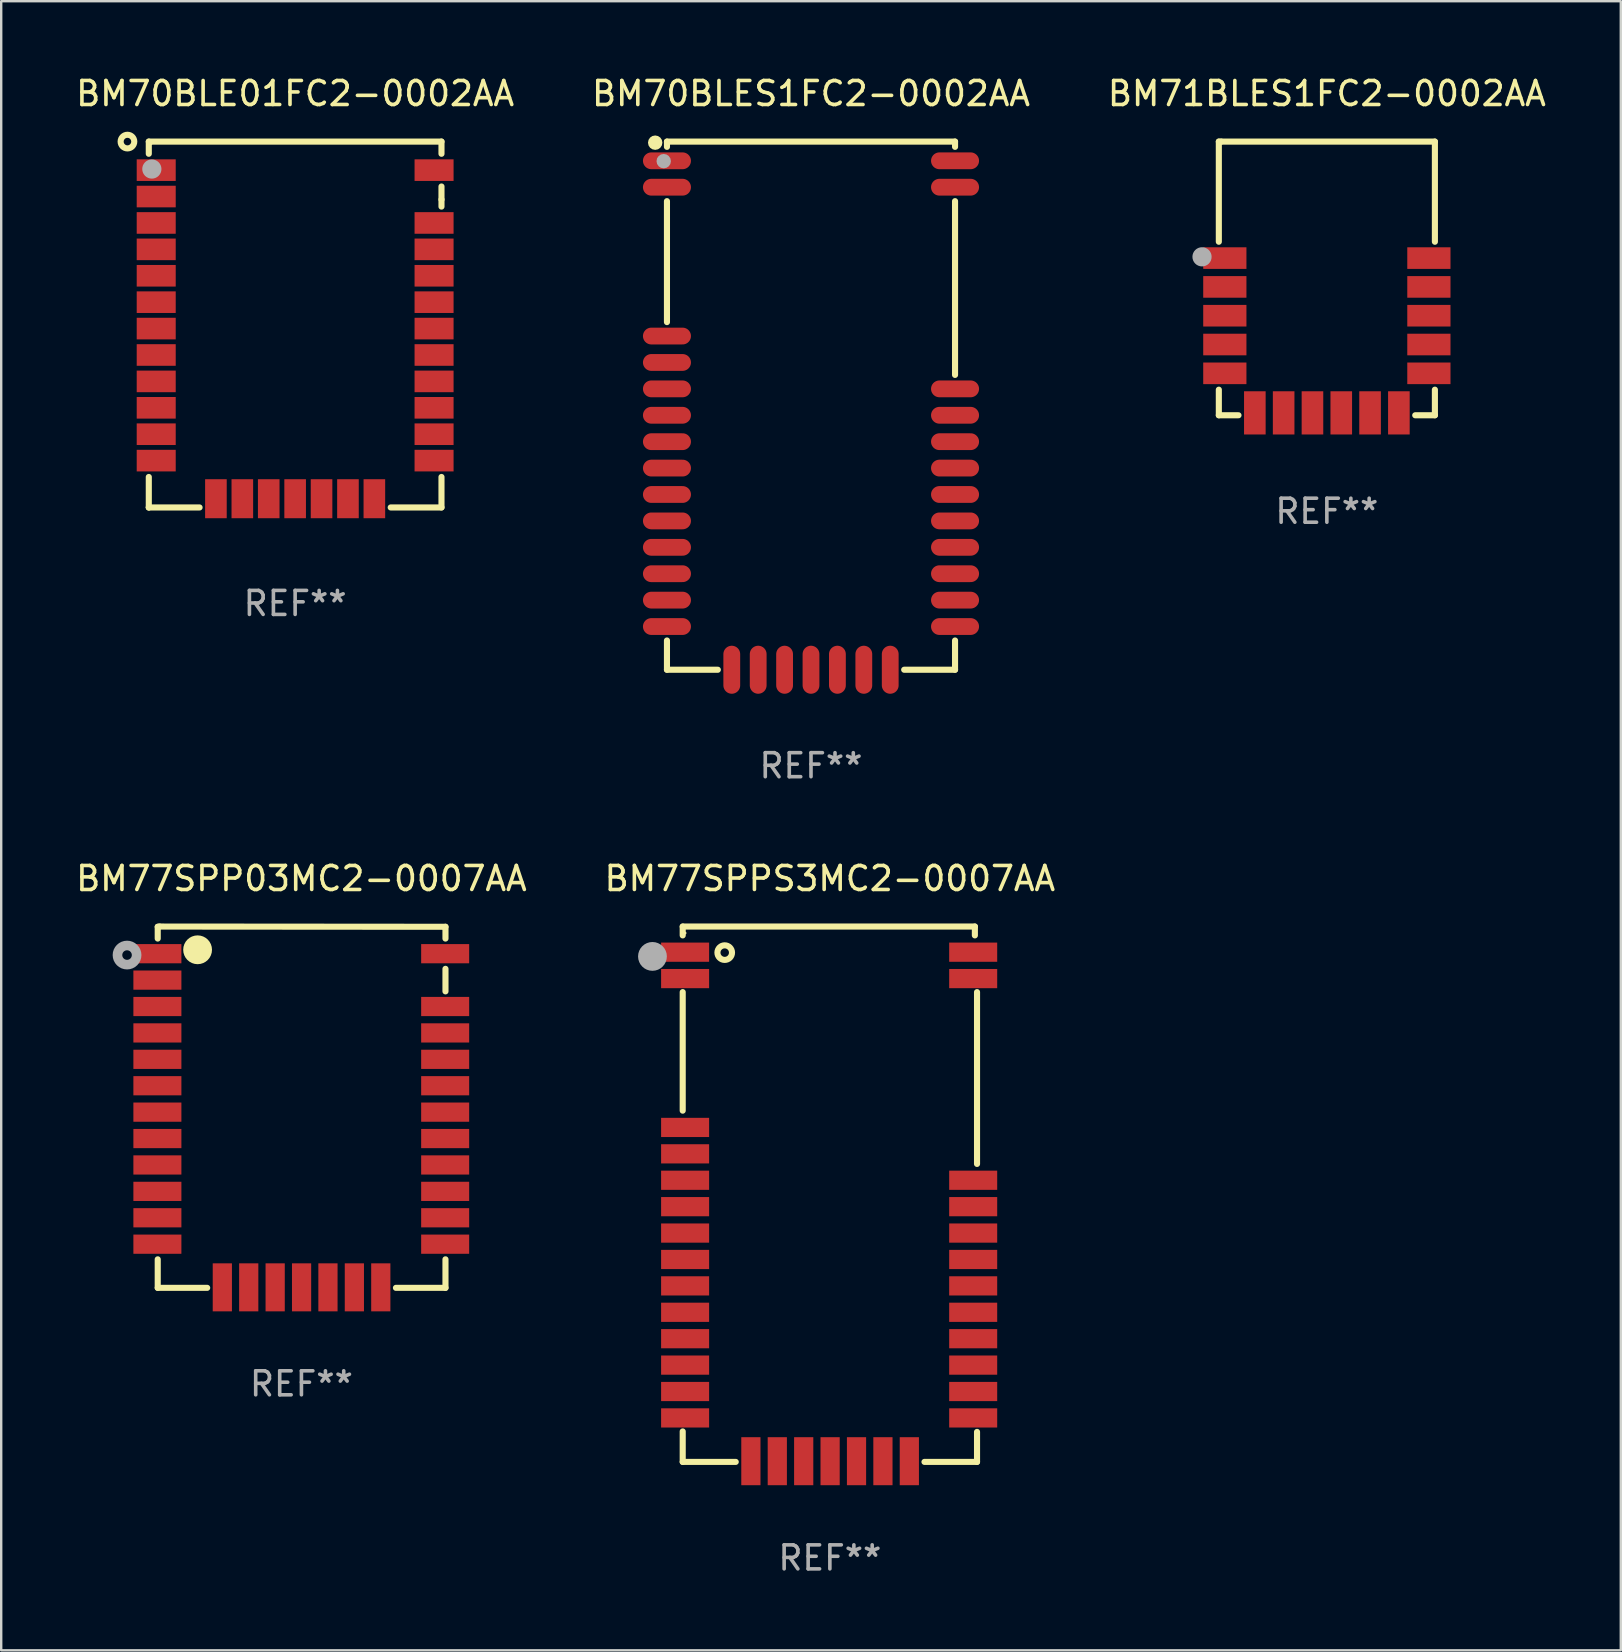
<source format=kicad_pcb>
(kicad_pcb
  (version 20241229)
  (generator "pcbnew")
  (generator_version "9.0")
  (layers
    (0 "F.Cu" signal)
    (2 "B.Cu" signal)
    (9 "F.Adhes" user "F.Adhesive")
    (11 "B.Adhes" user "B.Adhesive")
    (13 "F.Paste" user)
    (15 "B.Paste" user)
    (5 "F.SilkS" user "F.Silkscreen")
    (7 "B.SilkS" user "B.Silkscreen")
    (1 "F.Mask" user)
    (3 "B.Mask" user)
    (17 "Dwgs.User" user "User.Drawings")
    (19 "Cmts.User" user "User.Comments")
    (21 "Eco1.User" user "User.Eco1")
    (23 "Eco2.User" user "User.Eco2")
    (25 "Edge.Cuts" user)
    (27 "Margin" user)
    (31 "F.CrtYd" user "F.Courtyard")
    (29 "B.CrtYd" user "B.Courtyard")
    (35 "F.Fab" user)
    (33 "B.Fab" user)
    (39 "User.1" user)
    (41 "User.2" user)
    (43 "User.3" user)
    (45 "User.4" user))
  (footprint "BM71BLES1FC2-0002AA"
    (layer "F.Cu")
    (at 52.22 8.548)
    (property "Reference" "BM71BLES1FC2-0002AA" (at 0 -7.7 0) (layer "F.SilkS") (effects (font (size 1 1) (thickness 0.15))))
    (attr through_hole)
    (fp_line (start -4.5 -5.7) (end -4.5 -1.528) (stroke (width 0.254) (type solid)) (layer "F.SilkS"))
    (fp_line (start -4.5 4.634) (end -4.5 5.7) (stroke (width 0.254) (type solid)) (layer "F.SilkS"))
    (fp_line (start -4.5 5.7) (end -3.681 5.7) (stroke (width 0.254) (type solid)) (layer "F.SilkS"))
    (fp_line (start -4.4 -5.7) (end -4.5 -5.7) (stroke (width 0.254) (type solid)) (layer "F.SilkS"))
    (fp_line (start 3.681 5.7) (end 4.5 5.7) (stroke (width 0.254) (type solid)) (layer "F.SilkS"))
    (fp_line (start 4.5 -5.7) (end -4.4 -5.7) (stroke (width 0.254) (type solid)) (layer "F.SilkS"))
    (fp_line (start 4.5 -1.528) (end 4.5 -5.7) (stroke (width 0.254) (type solid)) (layer "F.SilkS"))
    (fp_line (start 4.5 5.7) (end 4.5 4.634) (stroke (width 0.254) (type solid)) (layer "F.SilkS"))
    (fp_circle (center -4.5 -5.65) (end -4.47 -5.65) (stroke (width 0.06) (type solid)) (fill no) (layer "F.SilkS"))
    (fp_circle (center -5.2 -0.9) (end -5 -0.9) (stroke (width 0.4) (type solid)) (fill no) (layer "F.Fab"))
    (fp_text user "REF**" (at 0 9.7 0) (layer "F.Fab") (effects (font (size 1 1) (thickness 0.15))))
    (pad "1" smd rect (at -4.25 -0.847) (size 1.8 0.9) (layers "F.Cu" "F.Mask" "F.Paste"))
    (pad "2" smd rect (at -4.25 0.353) (size 1.8 0.9) (layers "F.Cu" "F.Mask" "F.Paste"))
    (pad "3" smd rect (at -4.25 1.553) (size 1.8 0.9) (layers "F.Cu" "F.Mask" "F.Paste"))
    (pad "4" smd rect (at -4.25 2.753) (size 1.8 0.9) (layers "F.Cu" "F.Mask" "F.Paste"))
    (pad "5" smd rect (at -4.25 3.953) (size 1.8 0.9) (layers "F.Cu" "F.Mask" "F.Paste"))
    (pad "6" smd rect (at -3 5.6) (size 0.9 1.8) (layers "F.Cu" "F.Mask" "F.Paste"))
    (pad "7" smd rect (at -1.8 5.6) (size 0.9 1.8) (layers "F.Cu" "F.Mask" "F.Paste"))
    (pad "8" smd rect (at -0.6 5.6) (size 0.9 1.8) (layers "F.Cu" "F.Mask" "F.Paste"))
    (pad "9" smd rect (at 0.6 5.6) (size 0.9 1.8) (layers "F.Cu" "F.Mask" "F.Paste"))
    (pad "10" smd rect (at 1.8 5.6) (size 0.9 1.8) (layers "F.Cu" "F.Mask" "F.Paste"))
    (pad "11" smd rect (at 3 5.6) (size 0.9 1.8) (layers "F.Cu" "F.Mask" "F.Paste"))
    (pad "12" smd rect (at 4.25 3.953) (size 1.8 0.9) (layers "F.Cu" "F.Mask" "F.Paste"))
    (pad "13" smd rect (at 4.25 2.753) (size 1.8 0.9) (layers "F.Cu" "F.Mask" "F.Paste"))
    (pad "14" smd rect (at 4.25 1.553) (size 1.8 0.9) (layers "F.Cu" "F.Mask" "F.Paste"))
    (pad "15" smd rect (at 4.25 0.353) (size 1.8 0.9) (layers "F.Cu" "F.Mask" "F.Paste"))
    (pad "16" smd rect (at 4.25 -0.847) (size 1.8 0.9) (layers "F.Cu" "F.Mask" "F.Paste")))
  (footprint "BM70BLES1FC2-0002AA"
    (layer "F.Cu")
    (at 30.732 13.848)
    (property "Reference" "BM70BLES1FC2-0002AA" (at 0 -13 0) (layer "F.SilkS") (effects (font (size 1 1) (thickness 0.15))))
    (attr through_hole)
    (fp_line (start -6 -11) (end 6 -11) (stroke (width 0.254) (type solid)) (layer "F.SilkS"))
    (fp_line (start -6 -10.781) (end -6 -11) (stroke (width 0.254) (type solid)) (layer "F.SilkS"))
    (fp_line (start -6 -3.481) (end -6 -8.519) (stroke (width 0.254) (type solid)) (layer "F.SilkS"))
    (fp_line (start -6 11) (end -6 9.781) (stroke (width 0.254) (type solid)) (layer "F.SilkS"))
    (fp_line (start -3.881 11) (end -6 11) (stroke (width 0.254) (type solid)) (layer "F.SilkS"))
    (fp_line (start 6 -11) (end 6 -10.781) (stroke (width 0.254) (type solid)) (layer "F.SilkS"))
    (fp_line (start 6 -8.519) (end 6 -1.281) (stroke (width 0.254) (type solid)) (layer "F.SilkS"))
    (fp_line (start 6 9.781) (end 6 11) (stroke (width 0.254) (type solid)) (layer "F.SilkS"))
    (fp_line (start 6 11) (end 3.881 11) (stroke (width 0.254) (type solid)) (layer "F.SilkS"))
    (fp_circle (center -6.49 -10.955) (end -6.34 -10.955) (stroke (width 0.3) (type solid)) (fill no) (layer "F.SilkS"))
    (fp_circle (center -6 -11) (end -5.97 -11) (stroke (width 0.06) (type solid)) (fill no) (layer "F.SilkS"))
    (fp_circle (center -6.135 -10.185) (end -5.985 -10.185) (stroke (width 0.3) (type solid)) (fill no) (layer "F.Fab"))
    (fp_text user "REF**" (at 0 15 0) (layer "F.Fab") (effects (font (size 1 1) (thickness 0.15))))
    (pad "1" smd oval (at -6 -10.2) (size 2 0.7) (layers "F.Cu" "F.Mask" "F.Paste"))
    (pad "2" smd oval (at -6 -9.1) (size 2 0.7) (layers "F.Cu" "F.Mask" "F.Paste"))
    (pad "3" smd oval (at -6 -2.9) (size 2 0.7) (layers "F.Cu" "F.Mask" "F.Paste"))
    (pad "4" smd oval (at -6 -1.8) (size 2 0.7) (layers "F.Cu" "F.Mask" "F.Paste"))
    (pad "5" smd oval (at -6 -0.7) (size 2 0.7) (layers "F.Cu" "F.Mask" "F.Paste"))
    (pad "6" smd oval (at -6 0.4) (size 2 0.7) (layers "F.Cu" "F.Mask" "F.Paste"))
    (pad "7" smd oval (at -6 1.5) (size 2 0.7) (layers "F.Cu" "F.Mask" "F.Paste"))
    (pad "8" smd oval (at -6 2.6) (size 2 0.7) (layers "F.Cu" "F.Mask" "F.Paste"))
    (pad "9" smd oval (at -6 3.7) (size 2 0.7) (layers "F.Cu" "F.Mask" "F.Paste"))
    (pad "10" smd oval (at -6 4.8) (size 2 0.7) (layers "F.Cu" "F.Mask" "F.Paste"))
    (pad "11" smd oval (at -6 5.9) (size 2 0.7) (layers "F.Cu" "F.Mask" "F.Paste"))
    (pad "12" smd oval (at -6 7) (size 2 0.7) (layers "F.Cu" "F.Mask" "F.Paste"))
    (pad "13" smd oval (at -6 8.1) (size 2 0.7) (layers "F.Cu" "F.Mask" "F.Paste"))
    (pad "14" smd oval (at -6 9.2) (size 2 0.7) (layers "F.Cu" "F.Mask" "F.Paste"))
    (pad "15" smd oval (at -3.3 11) (size 0.7 2) (layers "F.Cu" "F.Mask" "F.Paste"))
    (pad "16" smd oval (at -2.2 11) (size 0.7 2) (layers "F.Cu" "F.Mask" "F.Paste"))
    (pad "17" smd oval (at -1.1 11) (size 0.7 2) (layers "F.Cu" "F.Mask" "F.Paste"))
    (pad "18" smd oval (at 0 11) (size 0.7 2) (layers "F.Cu" "F.Mask" "F.Paste"))
    (pad "19" smd oval (at 1.1 11) (size 0.7 2) (layers "F.Cu" "F.Mask" "F.Paste"))
    (pad "20" smd oval (at 2.2 11) (size 0.7 2) (layers "F.Cu" "F.Mask" "F.Paste"))
    (pad "21" smd oval (at 3.3 11) (size 0.7 2) (layers "F.Cu" "F.Mask" "F.Paste"))
    (pad "22" smd oval (at 6 9.2) (size 2 0.7) (layers "F.Cu" "F.Mask" "F.Paste"))
    (pad "23" smd oval (at 6 8.1) (size 2 0.7) (layers "F.Cu" "F.Mask" "F.Paste"))
    (pad "24" smd oval (at 6 7) (size 2 0.7) (layers "F.Cu" "F.Mask" "F.Paste"))
    (pad "25" smd oval (at 6 5.9) (size 2 0.7) (layers "F.Cu" "F.Mask" "F.Paste"))
    (pad "26" smd oval (at 6 4.8) (size 2 0.7) (layers "F.Cu" "F.Mask" "F.Paste"))
    (pad "27" smd oval (at 6 3.7) (size 2 0.7) (layers "F.Cu" "F.Mask" "F.Paste"))
    (pad "28" smd oval (at 6 2.6) (size 2 0.7) (layers "F.Cu" "F.Mask" "F.Paste"))
    (pad "29" smd oval (at 6 1.5) (size 2 0.7) (layers "F.Cu" "F.Mask" "F.Paste"))
    (pad "30" smd oval (at 6 0.4) (size 2 0.7) (layers "F.Cu" "F.Mask" "F.Paste"))
    (pad "31" smd oval (at 6 -0.7) (size 2 0.7) (layers "F.Cu" "F.Mask" "F.Paste"))
    (pad "32" smd oval (at 6 -9.1) (size 2 0.7) (layers "F.Cu" "F.Mask" "F.Paste"))
    (pad "33" smd oval (at 6 -10.2) (size 2 0.7) (layers "F.Cu" "F.Mask" "F.Paste")))
  (footprint "BM77SPP03MC2-0007AA"
    (layer "F.Cu")
    (at 9.506 43.07)
    (property "Reference" "BM77SPP03MC2-0007AA" (at 0 -9.525 0) (layer "F.SilkS") (effects (font (size 1 1) (thickness 0.15))))
    (attr through_hole)
    (fp_line (start -5.986 -7.515) (end -5.986 -7.025) (stroke (width 0.254) (type solid)) (layer "F.SilkS"))
    (fp_line (start -5.986 6.337) (end -5.986 7.525) (stroke (width 0.254) (type solid)) (layer "F.SilkS"))
    (fp_line (start -5.986 7.525) (end -3.926 7.525) (stroke (width 0.254) (type solid)) (layer "F.SilkS"))
    (fp_line (start -5.913 -7.525) (end -5.986 -7.515) (stroke (width 0.254) (type solid)) (layer "F.SilkS"))
    (fp_line (start 3.937 7.525) (end 6 7.525) (stroke (width 0.254) (type solid)) (layer "F.SilkS"))
    (fp_line (start 6 -4.825) (end 6 -5.763) (stroke (width 0.254) (type solid)) (layer "F.SilkS"))
    (fp_line (start 6 7.525) (end 6 6.337) (stroke (width 0.254) (type solid)) (layer "F.SilkS"))
    (fp_line (start 6 -7.515) (end -5.913 -7.525) (stroke (width 0.254) (type solid)) (layer "F.SilkS"))
    (fp_line (start 6 -7.025) (end 6 -7.515) (stroke (width 0.254) (type solid)) (layer "F.SilkS"))
    (fp_circle (center -6 -7.487) (end -5.97 -7.487) (stroke (width 0.06) (type solid)) (fill no) (layer "F.SilkS"))
    (fp_circle (center -4.325 -6.557) (end -4.025 -6.557) (stroke (width 0.6) (type solid)) (fill no) (layer "F.SilkS"))
    (fp_circle (center -7.264 -6.337) (end -7.065 -6.337) (stroke (width 0.4) (type solid)) (fill no) (layer "F.Fab"))
    (fp_text user "REF**" (at 0 11.525 0) (layer "F.Fab") (effects (font (size 1 1) (thickness 0.15))))
    (pad "1" smd rect (at -6 -6.394 90) (size 0.8 2) (layers "F.Cu" "F.Mask" "F.Paste"))
    (pad "2" smd rect (at -6 -5.294 90) (size 0.8 2) (layers "F.Cu" "F.Mask" "F.Paste"))
    (pad "3" smd rect (at -6 -4.194 90) (size 0.8 2) (layers "F.Cu" "F.Mask" "F.Paste"))
    (pad "4" smd rect (at -6 -3.094 90) (size 0.8 2) (layers "F.Cu" "F.Mask" "F.Paste"))
    (pad "5" smd rect (at -6 -1.994 90) (size 0.8 2) (layers "F.Cu" "F.Mask" "F.Paste"))
    (pad "6" smd rect (at -6 -0.894 90) (size 0.8 2) (layers "F.Cu" "F.Mask" "F.Paste"))
    (pad "7" smd rect (at -6 0.206 90) (size 0.8 2) (layers "F.Cu" "F.Mask" "F.Paste"))
    (pad "8" smd rect (at -6 1.306 90) (size 0.8 2) (layers "F.Cu" "F.Mask" "F.Paste"))
    (pad "9" smd rect (at -6 2.406 90) (size 0.8 2) (layers "F.Cu" "F.Mask" "F.Paste"))
    (pad "10" smd rect (at -6 3.506 90) (size 0.8 2) (layers "F.Cu" "F.Mask" "F.Paste"))
    (pad "11" smd rect (at -6 4.606 90) (size 0.8 2) (layers "F.Cu" "F.Mask" "F.Paste"))
    (pad "12" smd rect (at -6 5.706 90) (size 0.8 2) (layers "F.Cu" "F.Mask" "F.Paste"))
    (pad "13" smd rect (at -3.295 7.504 180) (size 0.8 2) (layers "F.Cu" "F.Mask" "F.Paste"))
    (pad "14" smd rect (at -2.195 7.504 180) (size 0.8 2) (layers "F.Cu" "F.Mask" "F.Paste"))
    (pad "15" smd rect (at -1.094 7.504 180) (size 0.8 2) (layers "F.Cu" "F.Mask" "F.Paste"))
    (pad "16" smd rect (at 0.006 7.504 180) (size 0.8 2) (layers "F.Cu" "F.Mask" "F.Paste"))
    (pad "17" smd rect (at 1.105 7.504 180) (size 0.8 2) (layers "F.Cu" "F.Mask" "F.Paste"))
    (pad "18" smd rect (at 2.205 7.504 180) (size 0.8 2) (layers "F.Cu" "F.Mask" "F.Paste"))
    (pad "19" smd rect (at 3.306 7.504 180) (size 0.8 2) (layers "F.Cu" "F.Mask" "F.Paste"))
    (pad "20" smd rect (at 5.987 5.706 270) (size 0.8 2) (layers "F.Cu" "F.Mask" "F.Paste"))
    (pad "21" smd rect (at 5.987 4.606 270) (size 0.8 2) (layers "F.Cu" "F.Mask" "F.Paste"))
    (pad "22" smd rect (at 5.987 3.506 270) (size 0.8 2) (layers "F.Cu" "F.Mask" "F.Paste"))
    (pad "23" smd rect (at 5.987 2.406 270) (size 0.8 2) (layers "F.Cu" "F.Mask" "F.Paste"))
    (pad "24" smd rect (at 5.987 1.306 270) (size 0.8 2) (layers "F.Cu" "F.Mask" "F.Paste"))
    (pad "25" smd rect (at 5.987 0.206 270) (size 0.8 2) (layers "F.Cu" "F.Mask" "F.Paste"))
    (pad "26" smd rect (at 5.987 -0.894 270) (size 0.8 2) (layers "F.Cu" "F.Mask" "F.Paste"))
    (pad "27" smd rect (at 5.987 -1.994 270) (size 0.8 2) (layers "F.Cu" "F.Mask" "F.Paste"))
    (pad "28" smd rect (at 5.987 -3.094 270) (size 0.8 2) (layers "F.Cu" "F.Mask" "F.Paste"))
    (pad "29" smd rect (at 5.987 -4.194 270) (size 0.8 2) (layers "F.Cu" "F.Mask" "F.Paste"))
    (pad "30" smd rect (at 5.987 -6.394 270) (size 0.8 2) (layers "F.Cu" "F.Mask" "F.Paste")))
  (footprint "BM70BLE01FC2-0002AA"
    (layer "F.Cu")
    (at 9.244 10.468)
    (property "Reference" "BM70BLE01FC2-0002AA" (at 0 -9.62 0) (layer "F.SilkS") (effects (font (size 1 1) (thickness 0.15))))
    (attr through_hole)
    (fp_line (start -6.096 -7.62) (end 6.096 -7.62) (stroke (width 0.254) (type solid)) (layer "F.SilkS"))
    (fp_line (start -6.096 -7.112) (end -6.096 -7.62) (stroke (width 0.254) (type solid)) (layer "F.SilkS"))
    (fp_line (start -6.096 7.62) (end -6.096 6.35) (stroke (width 0.254) (type solid)) (layer "F.SilkS"))
    (fp_line (start -6.096 7.62) (end -6.096 7.62) (stroke (width 0.254) (type solid)) (layer "F.SilkS"))
    (fp_line (start -3.981 7.62) (end -6.096 7.62) (stroke (width 0.254) (type solid)) (layer "F.SilkS"))
    (fp_line (start 6.096 -7.62) (end 6.096 -7.112) (stroke (width 0.254) (type solid)) (layer "F.SilkS"))
    (fp_line (start 6.096 -5.75) (end 6.096 -5.207) (stroke (width 0.254) (type solid)) (layer "F.SilkS"))
    (fp_line (start 6.096 -5.207) (end 6.096 -4.912) (stroke (width 0.254) (type solid)) (layer "F.SilkS"))
    (fp_line (start 6.096 6.35) (end 6.096 7.62) (stroke (width 0.254) (type solid)) (layer "F.SilkS"))
    (fp_line (start 6.096 7.62) (end 3.981 7.62) (stroke (width 0.254) (type solid)) (layer "F.SilkS"))
    (fp_circle (center -6.985 -7.62) (end -6.701 -7.62) (stroke (width 0.254) (type solid)) (fill no) (layer "F.SilkS"))
    (fp_circle (center -6 -7.531) (end -5.97 -7.531) (stroke (width 0.06) (type solid)) (fill no) (layer "F.SilkS"))
    (fp_circle (center -5.969 -6.477) (end -5.769 -6.477) (stroke (width 0.4) (type solid)) (fill no) (layer "F.Fab"))
    (fp_text user "REF**" (at 0 11.62 0) (layer "F.Fab") (effects (font (size 1 1) (thickness 0.15))))
    (pad "1" smd rect (at -5.787 -6.431) (size 1.625 0.9) (layers "F.Cu" "F.Mask" "F.Paste"))
    (pad "2" smd rect (at -5.787 -5.331) (size 1.625 0.9) (layers "F.Cu" "F.Mask" "F.Paste"))
    (pad "3" smd rect (at -5.787 -4.231) (size 1.625 0.9) (layers "F.Cu" "F.Mask" "F.Paste"))
    (pad "4" smd rect (at -5.787 -3.131) (size 1.625 0.9) (layers "F.Cu" "F.Mask" "F.Paste"))
    (pad "5" smd rect (at -5.787 -2.031) (size 1.625 0.9) (layers "F.Cu" "F.Mask" "F.Paste"))
    (pad "6" smd rect (at -5.787 -0.931) (size 1.625 0.9) (layers "F.Cu" "F.Mask" "F.Paste"))
    (pad "7" smd rect (at -5.787 0.169) (size 1.625 0.9) (layers "F.Cu" "F.Mask" "F.Paste"))
    (pad "8" smd rect (at -5.787 1.269) (size 1.625 0.9) (layers "F.Cu" "F.Mask" "F.Paste"))
    (pad "9" smd rect (at -5.787 2.369) (size 1.625 0.9) (layers "F.Cu" "F.Mask" "F.Paste"))
    (pad "10" smd rect (at -5.787 3.469) (size 1.625 0.9) (layers "F.Cu" "F.Mask" "F.Paste"))
    (pad "11" smd rect (at -5.787 4.569) (size 1.625 0.9) (layers "F.Cu" "F.Mask" "F.Paste"))
    (pad "12" smd rect (at -5.787 5.669) (size 1.625 0.9) (layers "F.Cu" "F.Mask" "F.Paste"))
    (pad "13" smd rect (at -3.3 7.256) (size 0.9 1.625) (layers "F.Cu" "F.Mask" "F.Paste"))
    (pad "14" smd rect (at -2.2 7.256) (size 0.9 1.625) (layers "F.Cu" "F.Mask" "F.Paste"))
    (pad "15" smd rect (at -1.1 7.256) (size 0.9 1.625) (layers "F.Cu" "F.Mask" "F.Paste"))
    (pad "16" smd rect (at 0 7.256) (size 0.9 1.625) (layers "F.Cu" "F.Mask" "F.Paste"))
    (pad "17" smd rect (at 1.1 7.256) (size 0.9 1.625) (layers "F.Cu" "F.Mask" "F.Paste"))
    (pad "18" smd rect (at 2.2 7.256) (size 0.9 1.625) (layers "F.Cu" "F.Mask" "F.Paste"))
    (pad "19" smd rect (at 3.3 7.256 180) (size 0.9 1.625) (layers "F.Cu" "F.Mask" "F.Paste"))
    (pad "20" smd rect (at 5.787 5.669 180) (size 1.625 0.9) (layers "F.Cu" "F.Mask" "F.Paste"))
    (pad "21" smd rect (at 5.787 4.569 180) (size 1.625 0.9) (layers "F.Cu" "F.Mask" "F.Paste"))
    (pad "22" smd rect (at 5.787 3.469 180) (size 1.625 0.9) (layers "F.Cu" "F.Mask" "F.Paste"))
    (pad "23" smd rect (at 5.787 2.369 180) (size 1.625 0.9) (layers "F.Cu" "F.Mask" "F.Paste"))
    (pad "24" smd rect (at 5.787 1.269 180) (size 1.625 0.9) (layers "F.Cu" "F.Mask" "F.Paste"))
    (pad "25" smd rect (at 5.787 0.169 180) (size 1.625 0.9) (layers "F.Cu" "F.Mask" "F.Paste"))
    (pad "26" smd rect (at 5.787 -0.931 180) (size 1.625 0.9) (layers "F.Cu" "F.Mask" "F.Paste"))
    (pad "27" smd rect (at 5.787 -2.031 180) (size 1.625 0.9) (layers "F.Cu" "F.Mask" "F.Paste"))
    (pad "28" smd rect (at 5.787 -3.131 180) (size 1.625 0.9) (layers "F.Cu" "F.Mask" "F.Paste"))
    (pad "29" smd rect (at 5.787 -4.231 180) (size 1.625 0.9) (layers "F.Cu" "F.Mask" "F.Paste"))
    (pad "30" smd rect (at 5.787 -6.431 180) (size 1.625 0.9) (layers "F.Cu" "F.Mask" "F.Paste")))
  (footprint "BM77SPPS3MC2-0007AA"
    (layer "F.Cu")
    (at 31.518 46.695)
    (property "Reference" "BM77SPPS3MC2-0007AA" (at 0 -13.15 0) (layer "F.SilkS") (effects (font (size 1 1) (thickness 0.15))))
    (attr through_hole)
    (fp_line (start -6.13 -11.15) (end -6.13 -10.781) (stroke (width 0.254) (type solid)) (layer "F.SilkS"))
    (fp_line (start -6.13 -8.419) (end -6.13 -3.481) (stroke (width 0.254) (type solid)) (layer "F.SilkS"))
    (fp_line (start -6.13 9.881) (end -6.13 11.15) (stroke (width 0.254) (type solid)) (layer "F.SilkS"))
    (fp_line (start -6.13 11.15) (end -3.921 11.15) (stroke (width 0.254) (type solid)) (layer "F.SilkS"))
    (fp_line (start 3.941 11.15) (end 6.13 11.15) (stroke (width 0.254) (type solid)) (layer "F.SilkS"))
    (fp_line (start 6.04 -11.15) (end -6.13 -11.15) (stroke (width 0.254) (type solid)) (layer "F.SilkS"))
    (fp_line (start 6.04 -10.781) (end 6.04 -11.15) (stroke (width 0.254) (type solid)) (layer "F.SilkS"))
    (fp_line (start 6.13 -1.262) (end 6.13 -8.419) (stroke (width 0.254) (type solid)) (layer "F.SilkS"))
    (fp_line (start 6.13 11.15) (end 6.13 9.9) (stroke (width 0.254) (type solid)) (layer "F.SilkS"))
    (fp_circle (center -6.03 -10.879) (end -6 -10.879) (stroke (width 0.06) (type solid)) (fill no) (layer "F.SilkS"))
    (fp_circle (center -4.38 -10.064) (end -4.076 -10.064) (stroke (width 0.254) (type solid)) (fill no) (layer "F.SilkS"))
    (fp_circle (center -7.39 -9.906) (end -7.09 -9.906) (stroke (width 0.6) (type solid)) (fill no) (layer "F.Fab"))
    (fp_text user "REF**" (at 0 15.15 0) (layer "F.Fab") (effects (font (size 1 1) (thickness 0.15))))
    (pad "1" smd rect (at -6.03 -10.082 90) (size 0.8 2) (layers "F.Cu" "F.Mask" "F.Paste"))
    (pad "2" smd rect (at -6.03 -8.982 90) (size 0.8 2) (layers "F.Cu" "F.Mask" "F.Paste"))
    (pad "3" smd rect (at -6.03 -2.782 90) (size 0.8 2) (layers "F.Cu" "F.Mask" "F.Paste"))
    (pad "4" smd rect (at -6.03 -1.682 90) (size 0.8 2) (layers "F.Cu" "F.Mask" "F.Paste"))
    (pad "5" smd rect (at -6.03 -0.582 90) (size 0.8 2) (layers "F.Cu" "F.Mask" "F.Paste"))
    (pad "6" smd rect (at -6.03 0.518 90) (size 0.8 2) (layers "F.Cu" "F.Mask" "F.Paste"))
    (pad "7" smd rect (at -6.03 1.618 90) (size 0.8 2) (layers "F.Cu" "F.Mask" "F.Paste"))
    (pad "8" smd rect (at -6.03 2.718 90) (size 0.8 2) (layers "F.Cu" "F.Mask" "F.Paste"))
    (pad "9" smd rect (at -6.03 3.818 90) (size 0.8 2) (layers "F.Cu" "F.Mask" "F.Paste"))
    (pad "10" smd rect (at -6.03 4.918 90) (size 0.8 2) (layers "F.Cu" "F.Mask" "F.Paste"))
    (pad "11" smd rect (at -6.03 6.018 90) (size 0.8 2) (layers "F.Cu" "F.Mask" "F.Paste"))
    (pad "12" smd rect (at -6.03 7.118 90) (size 0.8 2) (layers "F.Cu" "F.Mask" "F.Paste"))
    (pad "13" smd rect (at -6.03 8.218 90) (size 0.8 2) (layers "F.Cu" "F.Mask" "F.Paste"))
    (pad "14" smd rect (at -6.03 9.318 90) (size 0.8 2) (layers "F.Cu" "F.Mask" "F.Paste"))
    (pad "15" smd rect (at -3.29 11.121 180) (size 0.8 2) (layers "F.Cu" "F.Mask" "F.Paste"))
    (pad "16" smd rect (at -2.19 11.121 180) (size 0.8 2) (layers "F.Cu" "F.Mask" "F.Paste"))
    (pad "17" smd rect (at -1.09 11.121 180) (size 0.8 2) (layers "F.Cu" "F.Mask" "F.Paste"))
    (pad "18" smd rect (at 0.01 11.121 180) (size 0.8 2) (layers "F.Cu" "F.Mask" "F.Paste"))
    (pad "19" smd rect (at 1.11 11.121 180) (size 0.8 2) (layers "F.Cu" "F.Mask" "F.Paste"))
    (pad "20" smd rect (at 2.21 11.121 180) (size 0.8 2) (layers "F.Cu" "F.Mask" "F.Paste"))
    (pad "21" smd rect (at 3.31 11.121 180) (size 0.8 2) (layers "F.Cu" "F.Mask" "F.Paste"))
    (pad "22" smd rect (at 5.97 9.318 270) (size 0.8 2) (layers "F.Cu" "F.Mask" "F.Paste"))
    (pad "23" smd rect (at 5.97 8.218 270) (size 0.8 2) (layers "F.Cu" "F.Mask" "F.Paste"))
    (pad "24" smd rect (at 5.97 7.118 270) (size 0.8 2) (layers "F.Cu" "F.Mask" "F.Paste"))
    (pad "25" smd rect (at 5.97 6.018 270) (size 0.8 2) (layers "F.Cu" "F.Mask" "F.Paste"))
    (pad "26" smd rect (at 5.97 4.918 270) (size 0.8 2) (layers "F.Cu" "F.Mask" "F.Paste"))
    (pad "27" smd rect (at 5.97 3.818 270) (size 0.8 2) (layers "F.Cu" "F.Mask" "F.Paste"))
    (pad "28" smd rect (at 5.97 2.718 270) (size 0.8 2) (layers "F.Cu" "F.Mask" "F.Paste"))
    (pad "29" smd rect (at 5.97 1.618 270) (size 0.8 2) (layers "F.Cu" "F.Mask" "F.Paste"))
    (pad "30" smd rect (at 5.97 0.518 270) (size 0.8 2) (layers "F.Cu" "F.Mask" "F.Paste"))
    (pad "31" smd rect (at 5.97 -0.582 270) (size 0.8 2) (layers "F.Cu" "F.Mask" "F.Paste"))
    (pad "32" smd rect (at 5.97 -8.982 270) (size 0.8 2) (layers "F.Cu" "F.Mask" "F.Paste"))
    (pad "33" smd rect (at 5.97 -10.082 270) (size 0.8 2) (layers "F.Cu" "F.Mask" "F.Paste")))
  (gr_rect
    (start -3 -3)
    (end 64.464 65.693)
    (stroke (width 0.1) (type default))
    (fill no)
    (layer "Edge.Cuts")))
</source>
